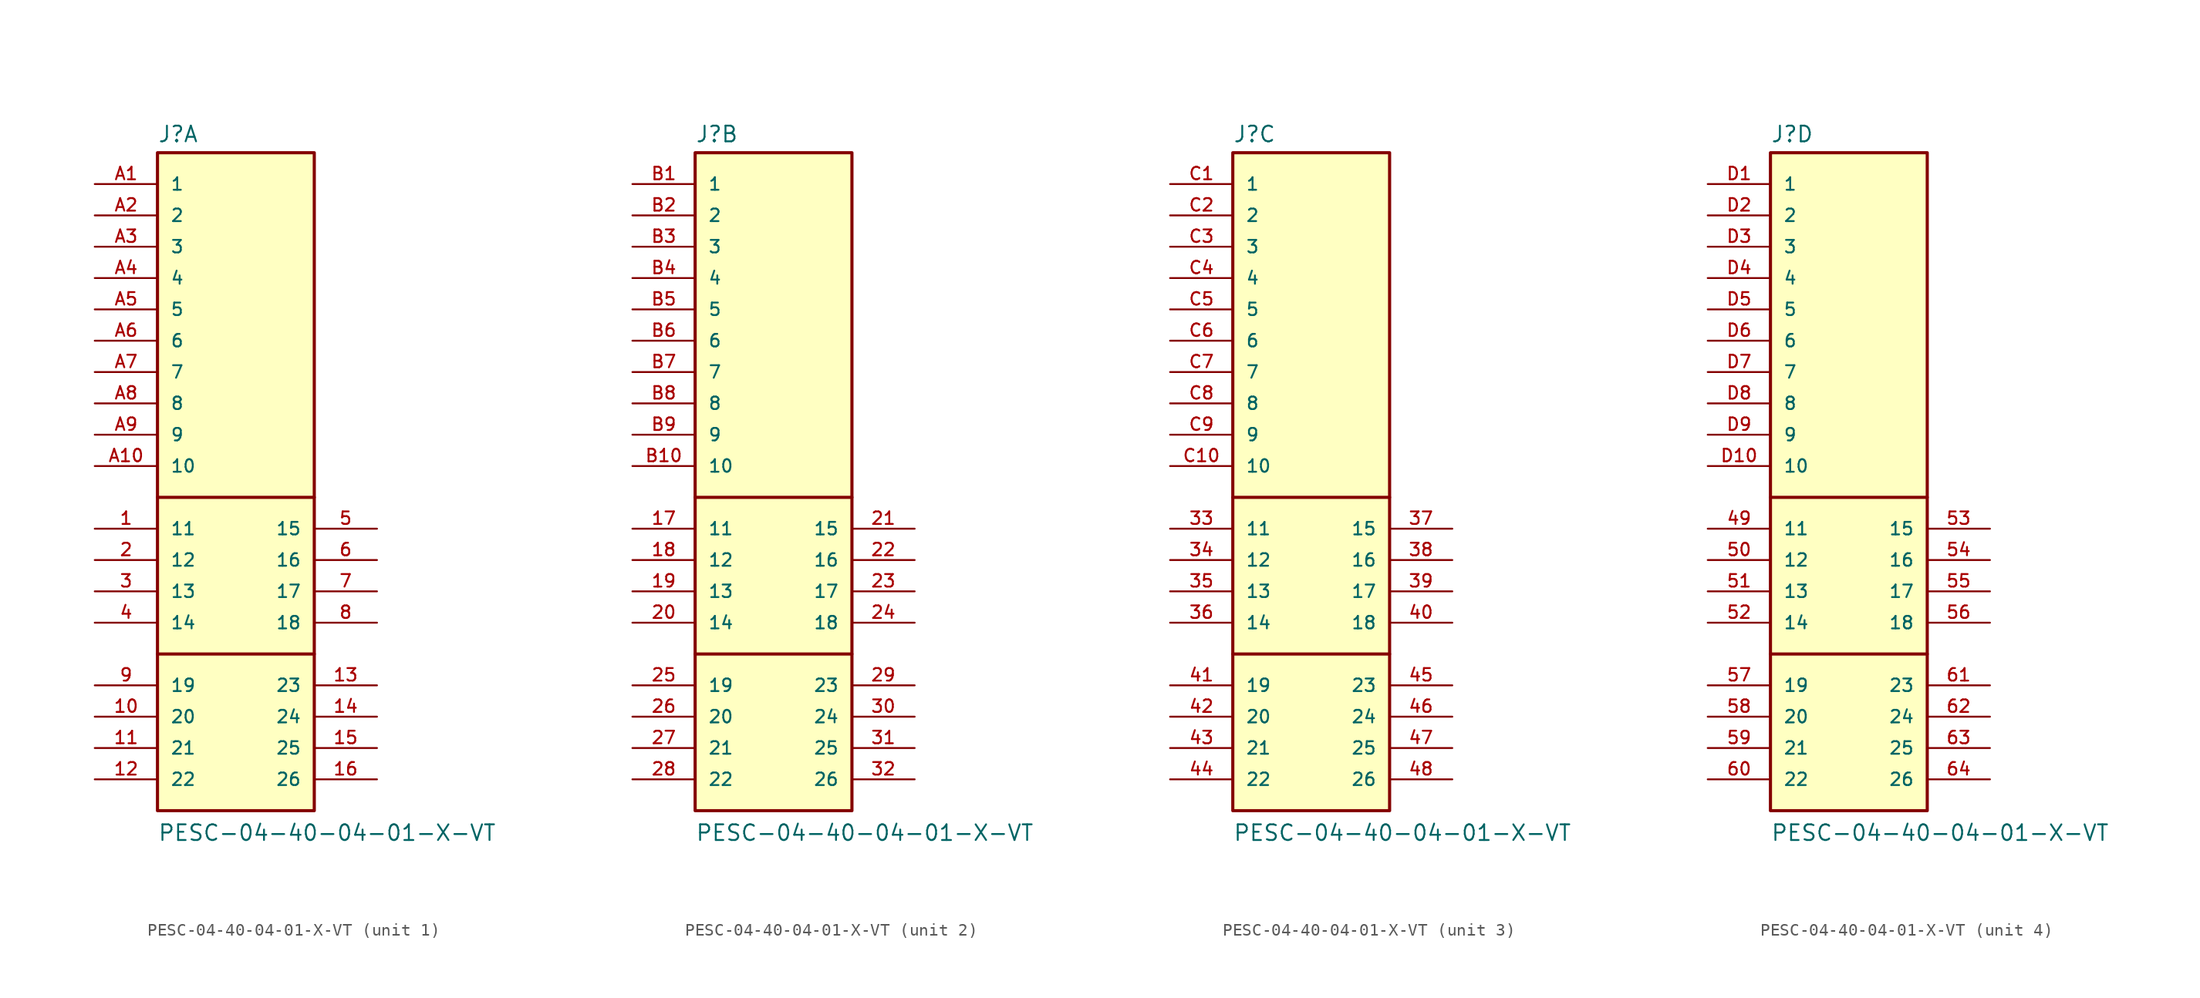
<source format=kicad_sym>
(kicad_symbol_lib
  (version 20211014)
  (generator kicad_symbol_editor)
  (symbol "PESC-04-40-04-01-X-VT"
    (pin_names
      (offset 1.016))
    (property "Reference" "J"
      (at 5.08 3.302 0)
      (effects (font (size 1.27 1.27)) (justify bottom left)))
    (property "Value" "PESC-04-40-04-01-X-VT"
      (at 5.08 -53.34 0)
      (effects (font (size 1.27 1.27)) (justify bottom left)))
    (symbol "PESC-04-40-04-01-X-VT_1_0"
      (polyline (pts (xy 5.08 -25.4) (xy 17.78 -25.4)) (stroke (width 0.254)))
      (polyline (pts (xy 5.08 -38.1) (xy 17.78 -38.1)) (stroke (width 0.254)))
      (rectangle (start 5.08 -50.8) (end 17.78 2.54) (stroke (width 0.254)) (fill (type background)))
      (pin bidirectional line (at 0.0 0.0 0) (length 5.08) (name "1" (effects (font (size 1.016 1.016)))) (number "A1" (effects (font (size 1.016 1.016)))))
      (pin bidirectional line (at 0.0 -2.54 0) (length 5.08) (name "2" (effects (font (size 1.016 1.016)))) (number "A2" (effects (font (size 1.016 1.016)))))
      (pin bidirectional line (at 0.0 -5.08 0) (length 5.08) (name "3" (effects (font (size 1.016 1.016)))) (number "A3" (effects (font (size 1.016 1.016)))))
      (pin bidirectional line (at 0.0 -7.62 0) (length 5.08) (name "4" (effects (font (size 1.016 1.016)))) (number "A4" (effects (font (size 1.016 1.016)))))
      (pin bidirectional line (at 0.0 -10.16 0) (length 5.08) (name "5" (effects (font (size 1.016 1.016)))) (number "A5" (effects (font (size 1.016 1.016)))))
      (pin bidirectional line (at 0.0 -12.7 0) (length 5.08) (name "6" (effects (font (size 1.016 1.016)))) (number "A6" (effects (font (size 1.016 1.016)))))
      (pin bidirectional line (at 0.0 -15.24 0) (length 5.08) (name "7" (effects (font (size 1.016 1.016)))) (number "A7" (effects (font (size 1.016 1.016)))))
      (pin bidirectional line (at 0.0 -17.78 0) (length 5.08) (name "8" (effects (font (size 1.016 1.016)))) (number "A8" (effects (font (size 1.016 1.016)))))
      (pin bidirectional line (at 0.0 -20.32 0) (length 5.08) (name "9" (effects (font (size 1.016 1.016)))) (number "A9" (effects (font (size 1.016 1.016)))))
      (pin bidirectional line (at 0.0 -22.86 0) (length 5.08) (name "10" (effects (font (size 1.016 1.016)))) (number "A10" (effects (font (size 1.016 1.016)))))
      (pin bidirectional line (at 0.0 -27.94 0) (length 5.08) (name "11" (effects (font (size 1.016 1.016)))) (number "1" (effects (font (size 1.016 1.016)))))
      (pin bidirectional line (at 0.0 -30.48 0) (length 5.08) (name "12" (effects (font (size 1.016 1.016)))) (number "2" (effects (font (size 1.016 1.016)))))
      (pin bidirectional line (at 0.0 -33.02 0) (length 5.08) (name "13" (effects (font (size 1.016 1.016)))) (number "3" (effects (font (size 1.016 1.016)))))
      (pin bidirectional line (at 0.0 -35.56 0) (length 5.08) (name "14" (effects (font (size 1.016 1.016)))) (number "4" (effects (font (size 1.016 1.016)))))
      (pin bidirectional line (at 22.86 -27.94 180.0) (length 5.08) (name "15" (effects (font (size 1.016 1.016)))) (number "5" (effects (font (size 1.016 1.016)))))
      (pin bidirectional line (at 22.86 -30.48 180.0) (length 5.08) (name "16" (effects (font (size 1.016 1.016)))) (number "6" (effects (font (size 1.016 1.016)))))
      (pin bidirectional line (at 22.86 -33.02 180.0) (length 5.08) (name "17" (effects (font (size 1.016 1.016)))) (number "7" (effects (font (size 1.016 1.016)))))
      (pin bidirectional line (at 22.86 -35.56 180.0) (length 5.08) (name "18" (effects (font (size 1.016 1.016)))) (number "8" (effects (font (size 1.016 1.016)))))
      (pin bidirectional line (at 0.0 -40.64 0) (length 5.08) (name "19" (effects (font (size 1.016 1.016)))) (number "9" (effects (font (size 1.016 1.016)))))
      (pin bidirectional line (at 0.0 -43.18 0) (length 5.08) (name "20" (effects (font (size 1.016 1.016)))) (number "10" (effects (font (size 1.016 1.016)))))
      (pin bidirectional line (at 0.0 -45.72 0) (length 5.08) (name "21" (effects (font (size 1.016 1.016)))) (number "11" (effects (font (size 1.016 1.016)))))
      (pin bidirectional line (at 0.0 -48.26 0) (length 5.08) (name "22" (effects (font (size 1.016 1.016)))) (number "12" (effects (font (size 1.016 1.016)))))
      (pin bidirectional line (at 22.86 -40.64 180.0) (length 5.08) (name "23" (effects (font (size 1.016 1.016)))) (number "13" (effects (font (size 1.016 1.016)))))
      (pin bidirectional line (at 22.86 -43.18 180.0) (length 5.08) (name "24" (effects (font (size 1.016 1.016)))) (number "14" (effects (font (size 1.016 1.016)))))
      (pin bidirectional line (at 22.86 -45.72 180.0) (length 5.08) (name "25" (effects (font (size 1.016 1.016)))) (number "15" (effects (font (size 1.016 1.016)))))
      (pin bidirectional line (at 22.86 -48.26 180.0) (length 5.08) (name "26" (effects (font (size 1.016 1.016)))) (number "16" (effects (font (size 1.016 1.016))))))
    (symbol "PESC-04-40-04-01-X-VT_2_0"
      (polyline (pts (xy 5.08 -25.4) (xy 17.78 -25.4)) (stroke (width 0.254)))
      (polyline (pts (xy 5.08 -38.1) (xy 17.78 -38.1)) (stroke (width 0.254)))
      (rectangle (start 5.08 -50.8) (end 17.78 2.54) (stroke (width 0.254)) (fill (type background)))
      (pin bidirectional line (at 0.0 0.0 0) (length 5.08) (name "1" (effects (font (size 1.016 1.016)))) (number "B1" (effects (font (size 1.016 1.016)))))
      (pin bidirectional line (at 0.0 -2.54 0) (length 5.08) (name "2" (effects (font (size 1.016 1.016)))) (number "B2" (effects (font (size 1.016 1.016)))))
      (pin bidirectional line (at 0.0 -5.08 0) (length 5.08) (name "3" (effects (font (size 1.016 1.016)))) (number "B3" (effects (font (size 1.016 1.016)))))
      (pin bidirectional line (at 0.0 -7.62 0) (length 5.08) (name "4" (effects (font (size 1.016 1.016)))) (number "B4" (effects (font (size 1.016 1.016)))))
      (pin bidirectional line (at 0.0 -10.16 0) (length 5.08) (name "5" (effects (font (size 1.016 1.016)))) (number "B5" (effects (font (size 1.016 1.016)))))
      (pin bidirectional line (at 0.0 -12.7 0) (length 5.08) (name "6" (effects (font (size 1.016 1.016)))) (number "B6" (effects (font (size 1.016 1.016)))))
      (pin bidirectional line (at 0.0 -15.24 0) (length 5.08) (name "7" (effects (font (size 1.016 1.016)))) (number "B7" (effects (font (size 1.016 1.016)))))
      (pin bidirectional line (at 0.0 -17.78 0) (length 5.08) (name "8" (effects (font (size 1.016 1.016)))) (number "B8" (effects (font (size 1.016 1.016)))))
      (pin bidirectional line (at 0.0 -20.32 0) (length 5.08) (name "9" (effects (font (size 1.016 1.016)))) (number "B9" (effects (font (size 1.016 1.016)))))
      (pin bidirectional line (at 0.0 -22.86 0) (length 5.08) (name "10" (effects (font (size 1.016 1.016)))) (number "B10" (effects (font (size 1.016 1.016)))))
      (pin bidirectional line (at 0.0 -27.94 0) (length 5.08) (name "11" (effects (font (size 1.016 1.016)))) (number "17" (effects (font (size 1.016 1.016)))))
      (pin bidirectional line (at 0.0 -30.48 0) (length 5.08) (name "12" (effects (font (size 1.016 1.016)))) (number "18" (effects (font (size 1.016 1.016)))))
      (pin bidirectional line (at 0.0 -33.02 0) (length 5.08) (name "13" (effects (font (size 1.016 1.016)))) (number "19" (effects (font (size 1.016 1.016)))))
      (pin bidirectional line (at 0.0 -35.56 0) (length 5.08) (name "14" (effects (font (size 1.016 1.016)))) (number "20" (effects (font (size 1.016 1.016)))))
      (pin bidirectional line (at 22.86 -27.94 180.0) (length 5.08) (name "15" (effects (font (size 1.016 1.016)))) (number "21" (effects (font (size 1.016 1.016)))))
      (pin bidirectional line (at 22.86 -30.48 180.0) (length 5.08) (name "16" (effects (font (size 1.016 1.016)))) (number "22" (effects (font (size 1.016 1.016)))))
      (pin bidirectional line (at 22.86 -33.02 180.0) (length 5.08) (name "17" (effects (font (size 1.016 1.016)))) (number "23" (effects (font (size 1.016 1.016)))))
      (pin bidirectional line (at 22.86 -35.56 180.0) (length 5.08) (name "18" (effects (font (size 1.016 1.016)))) (number "24" (effects (font (size 1.016 1.016)))))
      (pin bidirectional line (at 0.0 -40.64 0) (length 5.08) (name "19" (effects (font (size 1.016 1.016)))) (number "25" (effects (font (size 1.016 1.016)))))
      (pin bidirectional line (at 0.0 -43.18 0) (length 5.08) (name "20" (effects (font (size 1.016 1.016)))) (number "26" (effects (font (size 1.016 1.016)))))
      (pin bidirectional line (at 0.0 -45.72 0) (length 5.08) (name "21" (effects (font (size 1.016 1.016)))) (number "27" (effects (font (size 1.016 1.016)))))
      (pin bidirectional line (at 0.0 -48.26 0) (length 5.08) (name "22" (effects (font (size 1.016 1.016)))) (number "28" (effects (font (size 1.016 1.016)))))
      (pin bidirectional line (at 22.86 -40.64 180.0) (length 5.08) (name "23" (effects (font (size 1.016 1.016)))) (number "29" (effects (font (size 1.016 1.016)))))
      (pin bidirectional line (at 22.86 -43.18 180.0) (length 5.08) (name "24" (effects (font (size 1.016 1.016)))) (number "30" (effects (font (size 1.016 1.016)))))
      (pin bidirectional line (at 22.86 -45.72 180.0) (length 5.08) (name "25" (effects (font (size 1.016 1.016)))) (number "31" (effects (font (size 1.016 1.016)))))
      (pin bidirectional line (at 22.86 -48.26 180.0) (length 5.08) (name "26" (effects (font (size 1.016 1.016)))) (number "32" (effects (font (size 1.016 1.016))))))
    (symbol "PESC-04-40-04-01-X-VT_3_0"
      (polyline (pts (xy 5.08 -25.4) (xy 17.78 -25.4)) (stroke (width 0.254)))
      (polyline (pts (xy 5.08 -38.1) (xy 17.78 -38.1)) (stroke (width 0.254)))
      (rectangle (start 5.08 -50.8) (end 17.78 2.54) (stroke (width 0.254)) (fill (type background)))
      (pin bidirectional line (at 0.0 0.0 0) (length 5.08) (name "1" (effects (font (size 1.016 1.016)))) (number "C1" (effects (font (size 1.016 1.016)))))
      (pin bidirectional line (at 0.0 -2.54 0) (length 5.08) (name "2" (effects (font (size 1.016 1.016)))) (number "C2" (effects (font (size 1.016 1.016)))))
      (pin bidirectional line (at 0.0 -5.08 0) (length 5.08) (name "3" (effects (font (size 1.016 1.016)))) (number "C3" (effects (font (size 1.016 1.016)))))
      (pin bidirectional line (at 0.0 -7.62 0) (length 5.08) (name "4" (effects (font (size 1.016 1.016)))) (number "C4" (effects (font (size 1.016 1.016)))))
      (pin bidirectional line (at 0.0 -10.16 0) (length 5.08) (name "5" (effects (font (size 1.016 1.016)))) (number "C5" (effects (font (size 1.016 1.016)))))
      (pin bidirectional line (at 0.0 -12.7 0) (length 5.08) (name "6" (effects (font (size 1.016 1.016)))) (number "C6" (effects (font (size 1.016 1.016)))))
      (pin bidirectional line (at 0.0 -15.24 0) (length 5.08) (name "7" (effects (font (size 1.016 1.016)))) (number "C7" (effects (font (size 1.016 1.016)))))
      (pin bidirectional line (at 0.0 -17.78 0) (length 5.08) (name "8" (effects (font (size 1.016 1.016)))) (number "C8" (effects (font (size 1.016 1.016)))))
      (pin bidirectional line (at 0.0 -20.32 0) (length 5.08) (name "9" (effects (font (size 1.016 1.016)))) (number "C9" (effects (font (size 1.016 1.016)))))
      (pin bidirectional line (at 0.0 -22.86 0) (length 5.08) (name "10" (effects (font (size 1.016 1.016)))) (number "C10" (effects (font (size 1.016 1.016)))))
      (pin bidirectional line (at 0.0 -27.94 0) (length 5.08) (name "11" (effects (font (size 1.016 1.016)))) (number "33" (effects (font (size 1.016 1.016)))))
      (pin bidirectional line (at 0.0 -30.48 0) (length 5.08) (name "12" (effects (font (size 1.016 1.016)))) (number "34" (effects (font (size 1.016 1.016)))))
      (pin bidirectional line (at 0.0 -33.02 0) (length 5.08) (name "13" (effects (font (size 1.016 1.016)))) (number "35" (effects (font (size 1.016 1.016)))))
      (pin bidirectional line (at 0.0 -35.56 0) (length 5.08) (name "14" (effects (font (size 1.016 1.016)))) (number "36" (effects (font (size 1.016 1.016)))))
      (pin bidirectional line (at 22.86 -27.94 180.0) (length 5.08) (name "15" (effects (font (size 1.016 1.016)))) (number "37" (effects (font (size 1.016 1.016)))))
      (pin bidirectional line (at 22.86 -30.48 180.0) (length 5.08) (name "16" (effects (font (size 1.016 1.016)))) (number "38" (effects (font (size 1.016 1.016)))))
      (pin bidirectional line (at 22.86 -33.02 180.0) (length 5.08) (name "17" (effects (font (size 1.016 1.016)))) (number "39" (effects (font (size 1.016 1.016)))))
      (pin bidirectional line (at 22.86 -35.56 180.0) (length 5.08) (name "18" (effects (font (size 1.016 1.016)))) (number "40" (effects (font (size 1.016 1.016)))))
      (pin bidirectional line (at 0.0 -40.64 0) (length 5.08) (name "19" (effects (font (size 1.016 1.016)))) (number "41" (effects (font (size 1.016 1.016)))))
      (pin bidirectional line (at 0.0 -43.18 0) (length 5.08) (name "20" (effects (font (size 1.016 1.016)))) (number "42" (effects (font (size 1.016 1.016)))))
      (pin bidirectional line (at 0.0 -45.72 0) (length 5.08) (name "21" (effects (font (size 1.016 1.016)))) (number "43" (effects (font (size 1.016 1.016)))))
      (pin bidirectional line (at 0.0 -48.26 0) (length 5.08) (name "22" (effects (font (size 1.016 1.016)))) (number "44" (effects (font (size 1.016 1.016)))))
      (pin bidirectional line (at 22.86 -40.64 180.0) (length 5.08) (name "23" (effects (font (size 1.016 1.016)))) (number "45" (effects (font (size 1.016 1.016)))))
      (pin bidirectional line (at 22.86 -43.18 180.0) (length 5.08) (name "24" (effects (font (size 1.016 1.016)))) (number "46" (effects (font (size 1.016 1.016)))))
      (pin bidirectional line (at 22.86 -45.72 180.0) (length 5.08) (name "25" (effects (font (size 1.016 1.016)))) (number "47" (effects (font (size 1.016 1.016)))))
      (pin bidirectional line (at 22.86 -48.26 180.0) (length 5.08) (name "26" (effects (font (size 1.016 1.016)))) (number "48" (effects (font (size 1.016 1.016))))))
    (symbol "PESC-04-40-04-01-X-VT_4_0"
      (polyline (pts (xy 5.08 -25.4) (xy 17.78 -25.4)) (stroke (width 0.254)))
      (polyline (pts (xy 5.08 -38.1) (xy 17.78 -38.1)) (stroke (width 0.254)))
      (rectangle (start 5.08 -50.8) (end 17.78 2.54) (stroke (width 0.254)) (fill (type background)))
      (pin bidirectional line (at 0.0 0.0 0) (length 5.08) (name "1" (effects (font (size 1.016 1.016)))) (number "D1" (effects (font (size 1.016 1.016)))))
      (pin bidirectional line (at 0.0 -2.54 0) (length 5.08) (name "2" (effects (font (size 1.016 1.016)))) (number "D2" (effects (font (size 1.016 1.016)))))
      (pin bidirectional line (at 0.0 -5.08 0) (length 5.08) (name "3" (effects (font (size 1.016 1.016)))) (number "D3" (effects (font (size 1.016 1.016)))))
      (pin bidirectional line (at 0.0 -7.62 0) (length 5.08) (name "4" (effects (font (size 1.016 1.016)))) (number "D4" (effects (font (size 1.016 1.016)))))
      (pin bidirectional line (at 0.0 -10.16 0) (length 5.08) (name "5" (effects (font (size 1.016 1.016)))) (number "D5" (effects (font (size 1.016 1.016)))))
      (pin bidirectional line (at 0.0 -12.7 0) (length 5.08) (name "6" (effects (font (size 1.016 1.016)))) (number "D6" (effects (font (size 1.016 1.016)))))
      (pin bidirectional line (at 0.0 -15.24 0) (length 5.08) (name "7" (effects (font (size 1.016 1.016)))) (number "D7" (effects (font (size 1.016 1.016)))))
      (pin bidirectional line (at 0.0 -17.78 0) (length 5.08) (name "8" (effects (font (size 1.016 1.016)))) (number "D8" (effects (font (size 1.016 1.016)))))
      (pin bidirectional line (at 0.0 -20.32 0) (length 5.08) (name "9" (effects (font (size 1.016 1.016)))) (number "D9" (effects (font (size 1.016 1.016)))))
      (pin bidirectional line (at 0.0 -22.86 0) (length 5.08) (name "10" (effects (font (size 1.016 1.016)))) (number "D10" (effects (font (size 1.016 1.016)))))
      (pin bidirectional line (at 0.0 -27.94 0) (length 5.08) (name "11" (effects (font (size 1.016 1.016)))) (number "49" (effects (font (size 1.016 1.016)))))
      (pin bidirectional line (at 0.0 -30.48 0) (length 5.08) (name "12" (effects (font (size 1.016 1.016)))) (number "50" (effects (font (size 1.016 1.016)))))
      (pin bidirectional line (at 0.0 -33.02 0) (length 5.08) (name "13" (effects (font (size 1.016 1.016)))) (number "51" (effects (font (size 1.016 1.016)))))
      (pin bidirectional line (at 0.0 -35.56 0) (length 5.08) (name "14" (effects (font (size 1.016 1.016)))) (number "52" (effects (font (size 1.016 1.016)))))
      (pin bidirectional line (at 22.86 -27.94 180.0) (length 5.08) (name "15" (effects (font (size 1.016 1.016)))) (number "53" (effects (font (size 1.016 1.016)))))
      (pin bidirectional line (at 22.86 -30.48 180.0) (length 5.08) (name "16" (effects (font (size 1.016 1.016)))) (number "54" (effects (font (size 1.016 1.016)))))
      (pin bidirectional line (at 22.86 -33.02 180.0) (length 5.08) (name "17" (effects (font (size 1.016 1.016)))) (number "55" (effects (font (size 1.016 1.016)))))
      (pin bidirectional line (at 22.86 -35.56 180.0) (length 5.08) (name "18" (effects (font (size 1.016 1.016)))) (number "56" (effects (font (size 1.016 1.016)))))
      (pin bidirectional line (at 0.0 -40.64 0) (length 5.08) (name "19" (effects (font (size 1.016 1.016)))) (number "57" (effects (font (size 1.016 1.016)))))
      (pin bidirectional line (at 0.0 -43.18 0) (length 5.08) (name "20" (effects (font (size 1.016 1.016)))) (number "58" (effects (font (size 1.016 1.016)))))
      (pin bidirectional line (at 0.0 -45.72 0) (length 5.08) (name "21" (effects (font (size 1.016 1.016)))) (number "59" (effects (font (size 1.016 1.016)))))
      (pin bidirectional line (at 0.0 -48.26 0) (length 5.08) (name "22" (effects (font (size 1.016 1.016)))) (number "60" (effects (font (size 1.016 1.016)))))
      (pin bidirectional line (at 22.86 -40.64 180.0) (length 5.08) (name "23" (effects (font (size 1.016 1.016)))) (number "61" (effects (font (size 1.016 1.016)))))
      (pin bidirectional line (at 22.86 -43.18 180.0) (length 5.08) (name "24" (effects (font (size 1.016 1.016)))) (number "62" (effects (font (size 1.016 1.016)))))
      (pin bidirectional line (at 22.86 -45.72 180.0) (length 5.08) (name "25" (effects (font (size 1.016 1.016)))) (number "63" (effects (font (size 1.016 1.016)))))
      (pin bidirectional line (at 22.86 -48.26 180.0) (length 5.08) (name "26" (effects (font (size 1.016 1.016)))) (number "64" (effects (font (size 1.016 1.016))))))))
</source>
